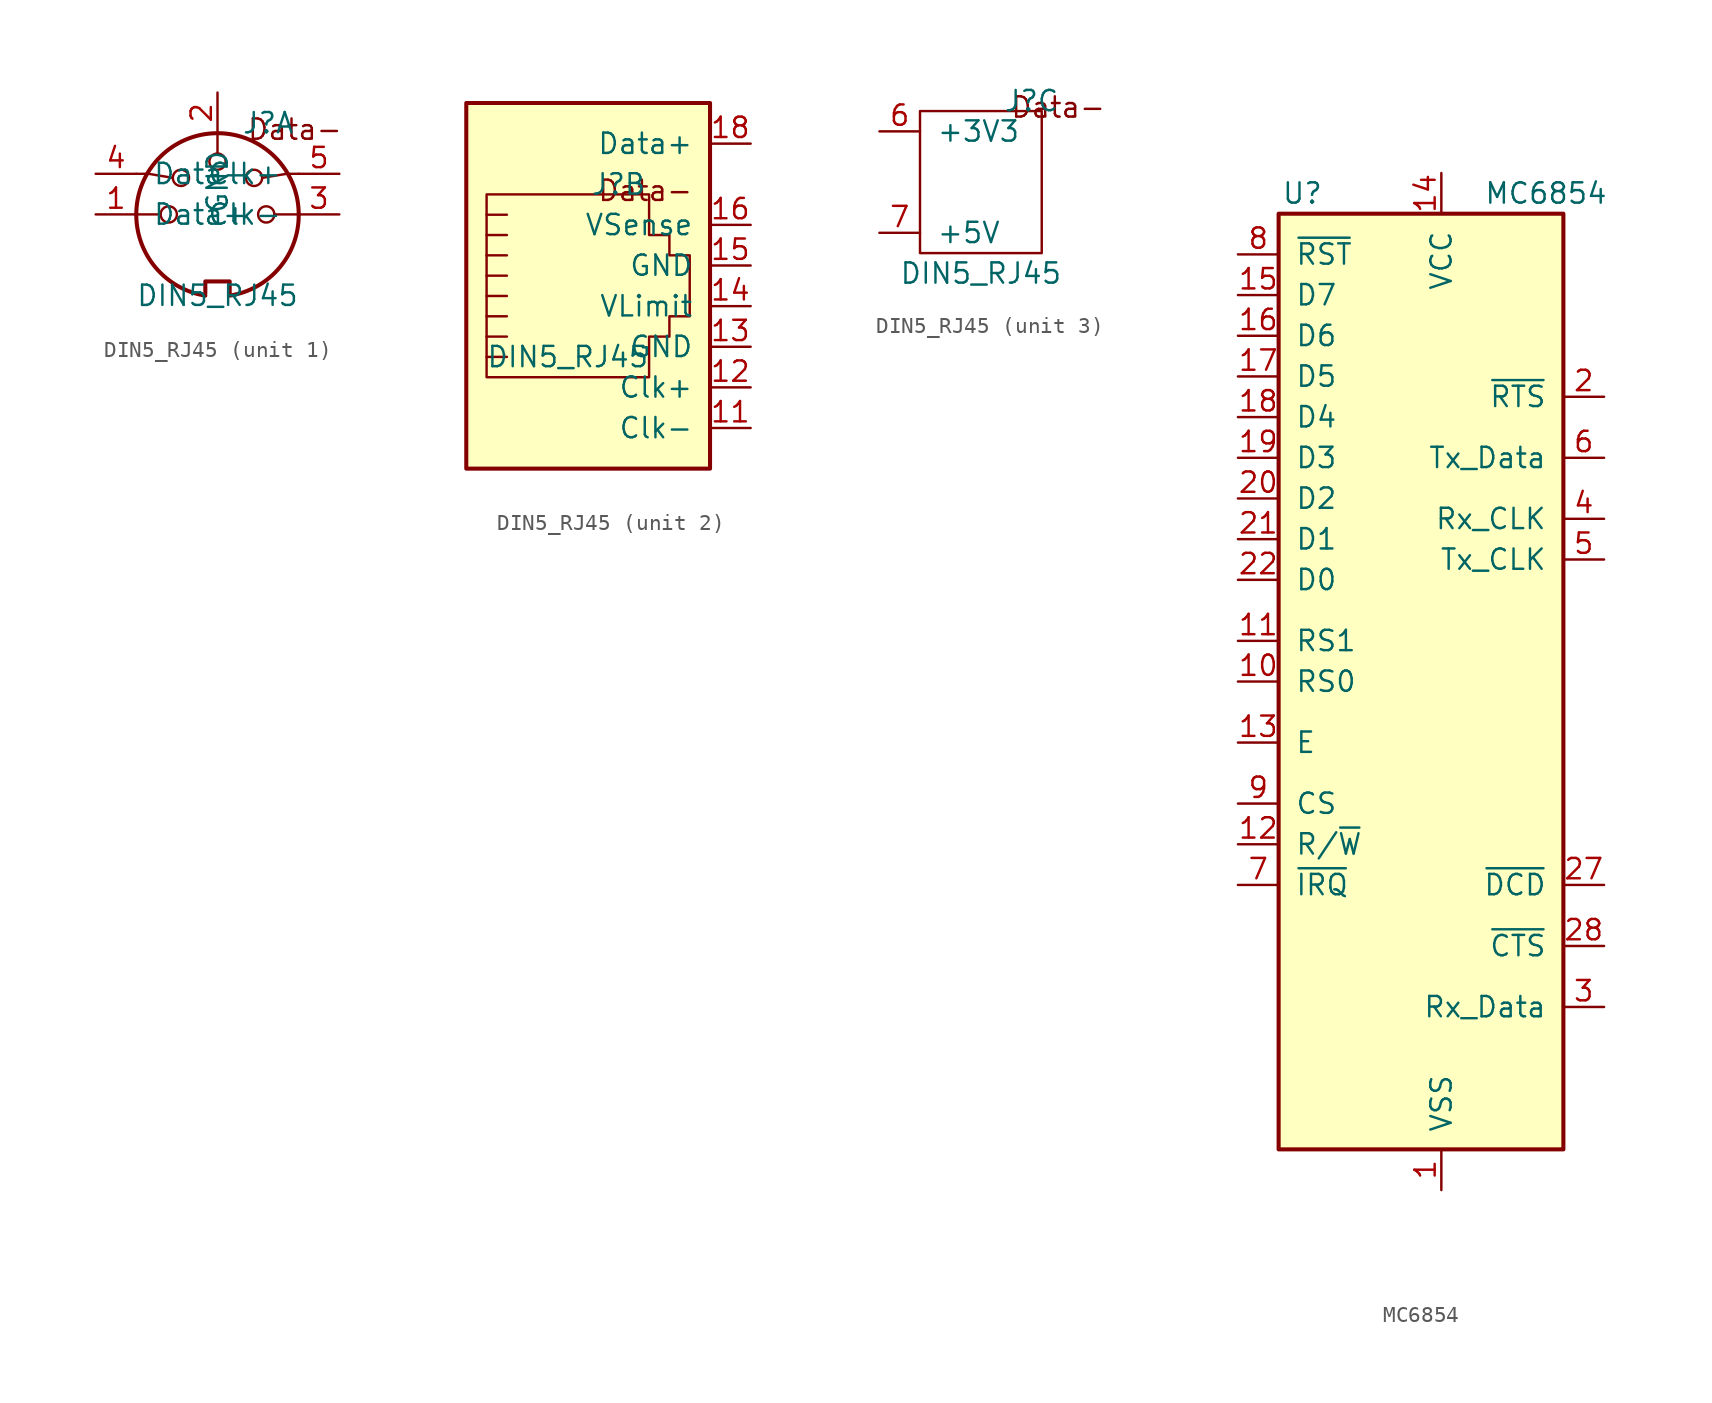
<source format=kicad_sym>
(kicad_symbol_lib
  (version 20241209)
  (generator "kicad_symbol_editor")
  (generator_version "9.0")
  (symbol "DIN5_RJ45"
    (pin_names
      (offset 1.016))
    (property "Reference" "J"
      (at 3.175 5.715 0)
      (effects (font (size 1.27 1.27))))
    (property "Value" "DIN5_RJ45"
      (at 0 -5.08 0)
      (effects (font (size 1.27 1.27))))
    (property "ki_locked" ""
      (at 0 0 0)
      (effects (font (size 1.27 1.27))))
    (symbol "DIN5_RJ45_0_0"
      (text "Data-" (at 7.874 4.572 0) (effects (font (size 1.27 1.27)) (justify right bottom))))
    (symbol "DIN5_RJ45_1_1"
      (polyline (pts (xy -5.08 2.54) (xy -4.318 2.54) (xy -2.794 2.286)) (stroke (width 0) (type default)) (fill (type none)))
      (polyline (pts (xy -5.08 0) (xy -3.556 0)) (stroke (width 0) (type default)) (fill (type none)))
      (circle (center -3.048 0) (radius 0.508) (stroke (width 0) (type default)) (fill (type none)))
      (circle (center -2.286 2.286) (radius 0.508) (stroke (width 0) (type default)) (fill (type none)))
      (polyline (pts (xy -0.762 -4.953) (xy -0.762 -4.191) (xy 0.762 -4.191) (xy 0.762 -4.953)) (stroke (width 0.254) (type default)) (fill (type none)))
      (arc (start 5.08 0) (mid 3.8673 -3.3444) (end 0.762 -5.08) (stroke (width 0.254) (type default)) (fill (type none)))
      (polyline (pts (xy 0 5.08) (xy 0 3.81)) (stroke (width 0) (type default)) (fill (type none)))
      (circle (center 0 3.302) (radius 0.508) (stroke (width 0) (type default)) (fill (type none)))
      (arc (start -5.08 0) (mid 0 5.0579) (end 5.08 0) (stroke (width 0.254) (type default)) (fill (type none)))
      (arc (start -0.762 -5.08) (mid -3.8597 -3.3379) (end -5.08 0) (stroke (width 0.254) (type default)) (fill (type none)))
      (circle (center 2.286 2.286) (radius 0.508) (stroke (width 0) (type default)) (fill (type none)))
      (circle (center 3.048 0) (radius 0.508) (stroke (width 0) (type default)) (fill (type none)))
      (polyline (pts (xy 5.08 2.54) (xy 4.318 2.54) (xy 2.794 2.286)) (stroke (width 0) (type default)) (fill (type none)))
      (polyline (pts (xy 5.08 0) (xy 3.556 0)) (stroke (width 0) (type default)) (fill (type none)))
      (pin passive line (at -7.62 2.54 0) (length 2.54) (name "Data-" (effects (font (size 1.27 1.27)))) (number "4" (effects (font (size 1.27 1.27)))))
      (pin passive line (at -7.62 0 0) (length 2.54) (name "Data+" (effects (font (size 1.27 1.27)))) (number "1" (effects (font (size 1.27 1.27)))))
      (pin passive line (at 0 7.62 270) (length 2.54) (name "GND" (effects (font (size 1.27 1.27)))) (number "2" (effects (font (size 1.27 1.27)))))
      (pin passive line (at 7.62 2.54 180) (length 2.54) (name "Clk+" (effects (font (size 1.27 1.27)))) (number "5" (effects (font (size 1.27 1.27)))))
      (pin passive line (at 7.62 0 180) (length 2.54) (name "Clk-" (effects (font (size 1.27 1.27)))) (number "3" (effects (font (size 1.27 1.27))))))
    (symbol "DIN5_RJ45_2_1"
      (polyline (pts (xy -5.08 0) (xy -3.81 0) (xy -3.81 0)) (stroke (width 0) (type default)) (fill (type none)))
      (polyline (pts (xy -5.08 -1.27) (xy -3.81 -1.27) (xy -3.81 -1.27)) (stroke (width 0) (type default)) (fill (type none)))
      (polyline (pts (xy -5.08 -2.54) (xy -3.81 -2.54) (xy -3.81 -2.54)) (stroke (width 0) (type default)) (fill (type none)))
      (polyline (pts (xy -5.08 -3.81) (xy -3.81 -3.81) (xy -3.81 -3.81)) (stroke (width 0) (type default)) (fill (type none)))
      (polyline (pts (xy -5.08 -5.08) (xy -3.81 -5.08) (xy -3.81 -5.08)) (stroke (width 0) (type default)) (fill (type none)))
      (polyline (pts (xy -5.08 -6.35) (xy -5.08 5.08) (xy 5.08 5.08) (xy 5.08 2.54) (xy 6.35 2.54) (xy 6.35 1.27) (xy 7.62 1.27) (xy 7.62 -2.54) (xy 6.35 -2.54) (xy 6.35 -3.81) (xy 5.08 -3.81) (xy 5.08 -6.35) (xy -5.08 -6.35) (xy -5.08 -6.35)) (stroke (width 0) (type default)) (fill (type none)))
      (polyline (pts (xy -3.81 3.81) (xy -5.08 3.81)) (stroke (width 0) (type default)) (fill (type none)))
      (polyline (pts (xy -3.81 2.54) (xy -5.08 2.54)) (stroke (width 0) (type default)) (fill (type none)))
      (polyline (pts (xy -3.81 1.27) (xy -5.08 1.27) (xy -5.08 1.27)) (stroke (width 0) (type default)) (fill (type none)))
      (rectangle (start 8.89 10.795) (end -6.35 -12.065) (stroke (width 0.254) (type default)) (fill (type background)))
      (pin passive line (at 11.43 8.255 180) (length 2.54) (name "Data+" (effects (font (size 1.27 1.27)))) (number "18" (effects (font (size 1.27 1.27)))))
      (pin passive line (at 11.43 3.175 180) (length 2.54) (name "VSense" (effects (font (size 1.27 1.27)))) (number "16" (effects (font (size 1.27 1.27)))))
      (pin passive line (at 11.43 0.635 180) (length 2.54) (name "GND" (effects (font (size 1.27 1.27)))) (number "15" (effects (font (size 1.27 1.27)))))
      (pin passive line (at 11.43 -1.905 180) (length 2.54) (name "VLimit" (effects (font (size 1.27 1.27)))) (number "14" (effects (font (size 1.27 1.27)))))
      (pin passive line (at 11.43 -4.445 180) (length 2.54) (name "GND" (effects (font (size 1.27 1.27)))) (number "13" (effects (font (size 1.27 1.27)))))
      (pin passive line (at 11.43 -6.985 180) (length 2.54) (name "Clk+" (effects (font (size 1.27 1.27)))) (number "12" (effects (font (size 1.27 1.27)))))
      (pin passive line (at 11.43 -9.525 180) (length 2.54) (name "Clk-" (effects (font (size 1.27 1.27)))) (number "11" (effects (font (size 1.27 1.27))))))
    (symbol "DIN5_RJ45_3_1"
      (rectangle (start -3.81 5.08) (end 3.81 -3.81) (stroke (width 0) (type default)) (fill (type none)))
      (pin power_in line (at -6.35 3.81 0) (length 2.54) (name "+3V3" (effects (font (size 1.27 1.27)))) (number "6" (effects (font (size 1.27 1.27)))))
      (pin power_in line (at -6.35 -2.54 0) (length 2.54) (name "+5V" (effects (font (size 1.27 1.27)))) (number "7" (effects (font (size 1.27 1.27)))))))
  (symbol "MC6854"
    (pin_names
      (offset 1.016))
    (property "Reference" "U"
      (at -7.366 31.75 0)
      (effects (font (size 1.27 1.27)) (justify right)))
    (property "Value" "MC6854"
      (at 10.414 31.75 0)
      (effects (font (size 1.27 1.27)) (justify right)))
    (symbol "MC6854_1_1"
      (rectangle (start -10.16 -27.94) (end 7.62 30.48) (stroke (width 0.254) (type default)) (fill (type background)))
      (pin input line (at -12.7 27.94 0) (length 2.54) (name "~{RST}" (effects (font (size 1.27 1.27)))) (number "8" (effects (font (size 1.27 1.27)))))
      (pin bidirectional line (at -12.7 25.4 0) (length 2.54) (name "D7" (effects (font (size 1.27 1.27)))) (number "15" (effects (font (size 1.27 1.27)))))
      (pin bidirectional line (at -12.7 22.86 0) (length 2.54) (name "D6" (effects (font (size 1.27 1.27)))) (number "16" (effects (font (size 1.27 1.27)))))
      (pin bidirectional line (at -12.7 20.32 0) (length 2.54) (name "D5" (effects (font (size 1.27 1.27)))) (number "17" (effects (font (size 1.27 1.27)))))
      (pin bidirectional line (at -12.7 17.78 0) (length 2.54) (name "D4" (effects (font (size 1.27 1.27)))) (number "18" (effects (font (size 1.27 1.27)))))
      (pin bidirectional line (at -12.7 15.24 0) (length 2.54) (name "D3" (effects (font (size 1.27 1.27)))) (number "19" (effects (font (size 1.27 1.27)))))
      (pin bidirectional line (at -12.7 12.7 0) (length 2.54) (name "D2" (effects (font (size 1.27 1.27)))) (number "20" (effects (font (size 1.27 1.27)))))
      (pin bidirectional line (at -12.7 10.16 0) (length 2.54) (name "D1" (effects (font (size 1.27 1.27)))) (number "21" (effects (font (size 1.27 1.27)))))
      (pin bidirectional line (at -12.7 7.62 0) (length 2.54) (name "D0" (effects (font (size 1.27 1.27)))) (number "22" (effects (font (size 1.27 1.27)))))
      (pin input line (at -12.7 3.81 0) (length 2.54) (name "RS1" (effects (font (size 1.27 1.27)))) (number "11" (effects (font (size 1.27 1.27)))))
      (pin input line (at -12.7 1.27 0) (length 2.54) (name "RS0" (effects (font (size 1.27 1.27)))) (number "10" (effects (font (size 1.27 1.27)))))
      (pin input line (at -12.7 -2.54 0) (length 2.54) (name "E" (effects (font (size 1.27 1.27)))) (number "13" (effects (font (size 1.27 1.27)))))
      (pin input line (at -12.7 -6.35 0) (length 2.54) (name "CS" (effects (font (size 1.27 1.27)))) (number "9" (effects (font (size 1.27 1.27)))))
      (pin input line (at -12.7 -8.89 0) (length 2.54) (name "R/~{W}" (effects (font (size 1.27 1.27)))) (number "12" (effects (font (size 1.27 1.27)))))
      (pin output line (at -12.7 -11.43 0) (length 2.54) (name "~{IRQ}" (effects (font (size 1.27 1.27)))) (number "7" (effects (font (size 1.27 1.27)))))
      (pin no_connect line (at -12.7 -15.24 0) (length 2.54) (hide yes) (name "N/C" (effects (font (size 1.27 1.27)))) (number "23" (effects (font (size 1.27 1.27)))))
      (pin no_connect line (at -12.7 -17.78 0) (length 2.54) (hide yes) (name "N/C" (effects (font (size 1.27 1.27)))) (number "24" (effects (font (size 1.27 1.27)))))
      (pin no_connect line (at -12.7 -20.32 0) (length 2.54) (hide yes) (name "N/C" (effects (font (size 1.27 1.27)))) (number "25" (effects (font (size 1.27 1.27)))))
      (pin no_connect line (at -12.7 -22.86 0) (length 2.54) (hide yes) (name "N/C" (effects (font (size 1.27 1.27)))) (number "26" (effects (font (size 1.27 1.27)))))
      (pin power_in line (at 0 33.02 270) (length 2.54) (name "VCC" (effects (font (size 1.27 1.27)))) (number "14" (effects (font (size 1.27 1.27)))))
      (pin power_in line (at 0 -30.48 90) (length 2.54) (name "VSS" (effects (font (size 1.27 1.27)))) (number "1" (effects (font (size 1.27 1.27)))))
      (pin output line (at 10.16 19.05 180) (length 2.54) (name "~{RTS}" (effects (font (size 1.27 1.27)))) (number "2" (effects (font (size 1.27 1.27)))))
      (pin output line (at 10.16 15.24 180) (length 2.54) (name "Tx_Data" (effects (font (size 1.27 1.27)))) (number "6" (effects (font (size 1.27 1.27)))))
      (pin input line (at 10.16 11.43 180) (length 2.54) (name "Rx_CLK" (effects (font (size 1.27 1.27)))) (number "4" (effects (font (size 1.27 1.27)))))
      (pin input line (at 10.16 8.89 180) (length 2.54) (name "Tx_CLK" (effects (font (size 1.27 1.27)))) (number "5" (effects (font (size 1.27 1.27)))))
      (pin input line (at 10.16 -11.43 180) (length 2.54) (name "~{DCD}" (effects (font (size 1.27 1.27)))) (number "27" (effects (font (size 1.27 1.27)))))
      (pin input line (at 10.16 -15.24 180) (length 2.54) (name "~{CTS}" (effects (font (size 1.27 1.27)))) (number "28" (effects (font (size 1.27 1.27)))))
      (pin input line (at 10.16 -19.05 180) (length 2.54) (name "Rx_Data" (effects (font (size 1.27 1.27)))) (number "3" (effects (font (size 1.27 1.27))))))))
</source>
